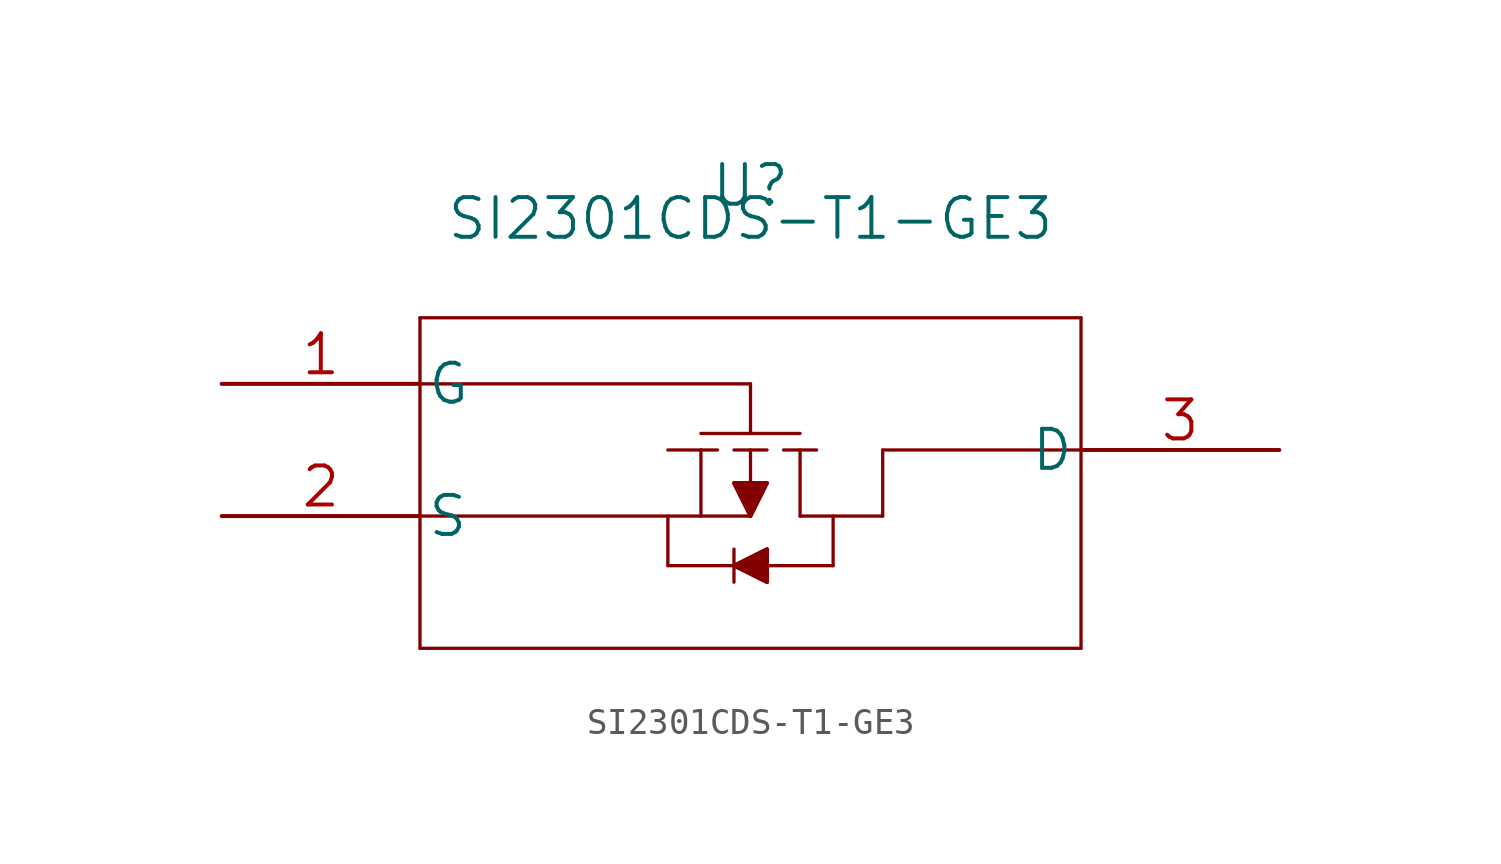
<source format=kicad_sym>
(kicad_symbol_lib
  (version 20211014)
  (generator kicad_symbol_editor)
  (symbol "SI2301CDS-T1-GE3"
    (pin_names
      (offset 0.254))
    (property "Reference" "U"
      (at 20.32 7.62 0)
      (effects (font (size 1.524 1.524))))
    (property "Value" "SI2301CDS-T1-GE3"
      (at 20.32 6.35 0)
      (effects (font (size 1.524 1.524))))
    (symbol "SI2301CDS-T1-GE3_1_1"
      (polyline (pts (xy 7.62 -10.16) (xy 33.02 -10.16)) (stroke (width 0.127) (type default) (color 0 0 0 0)) (fill (type none)))
      (polyline (pts (xy 7.62 2.54) (xy 7.62 -10.16)) (stroke (width 0.127) (type default) (color 0 0 0 0)) (fill (type none)))
      (polyline (pts (xy 17.145 -6.985) (xy 23.495 -6.985)) (stroke (width 0.127) (type default) (color 0 0 0 0)) (fill (type none)))
      (polyline (pts (xy 17.145 -5.08) (xy 17.145 -6.985)) (stroke (width 0.127) (type default) (color 0 0 0 0)) (fill (type none)))
      (polyline (pts (xy 18.415 -2.54) (xy 18.415 -5.08)) (stroke (width 0.127) (type default) (color 0 0 0 0)) (fill (type none)))
      (polyline (pts (xy 18.415 -1.905) (xy 22.225 -1.905)) (stroke (width 0.127) (type default) (color 0 0 0 0)) (fill (type none)))
      (polyline (pts (xy 19.05 -2.54) (xy 17.145 -2.54)) (stroke (width 0.127) (type default) (color 0 0 0 0)) (fill (type none)))
      (polyline (pts (xy 19.685 -6.985) (xy 20.955 -6.35)) (stroke (width 0.127) (type default) (color 0 0 0 0)) (fill (type none)))
      (polyline (pts (xy 19.685 -6.35) (xy 19.685 -7.62)) (stroke (width 0.127) (type default) (color 0 0 0 0)) (fill (type none)))
      (polyline (pts (xy 19.685 -3.81) (xy 20.955 -3.81)) (stroke (width 0.127) (type default) (color 0 0 0 0)) (fill (type none)))
      (polyline (pts (xy 19.685 -2.54) (xy 20.955 -2.54)) (stroke (width 0.127) (type default) (color 0 0 0 0)) (fill (type none)))
      (polyline (pts (xy 20.32 -5.08) (xy 7.62 -5.08)) (stroke (width 0.127) (type default) (color 0 0 0 0)) (fill (type none)))
      (polyline (pts (xy 20.32 -5.08) (xy 19.685 -3.81)) (stroke (width 0.127) (type default) (color 0 0 0 0)) (fill (type none)))
      (polyline (pts (xy 20.32 -5.08) (xy 20.955 -3.81)) (stroke (width 0.127) (type default) (color 0 0 0 0)) (fill (type none)))
      (polyline (pts (xy 20.32 -2.54) (xy 20.32 -5.08)) (stroke (width 0.127) (type default) (color 0 0 0 0)) (fill (type none)))
      (polyline (pts (xy 20.32 -1.905) (xy 20.32 0)) (stroke (width 0.127) (type default) (color 0 0 0 0)) (fill (type none)))
      (polyline (pts (xy 20.32 0) (xy 7.62 0)) (stroke (width 0.127) (type default) (color 0 0 0 0)) (fill (type none)))
      (polyline (pts (xy 20.955 -7.62) (xy 19.685 -6.985)) (stroke (width 0.127) (type default) (color 0 0 0 0)) (fill (type none)))
      (polyline (pts (xy 20.955 -6.35) (xy 20.955 -7.62)) (stroke (width 0.127) (type default) (color 0 0 0 0)) (fill (type none)))
      (polyline (pts (xy 21.59 -2.54) (xy 22.86 -2.54)) (stroke (width 0.127) (type default) (color 0 0 0 0)) (fill (type none)))
      (polyline (pts (xy 22.225 -5.08) (xy 25.4 -5.08)) (stroke (width 0.127) (type default) (color 0 0 0 0)) (fill (type none)))
      (polyline (pts (xy 22.225 -2.54) (xy 22.225 -5.08)) (stroke (width 0.127) (type default) (color 0 0 0 0)) (fill (type none)))
      (polyline (pts (xy 23.495 -5.08) (xy 23.495 -6.985)) (stroke (width 0.127) (type default) (color 0 0 0 0)) (fill (type none)))
      (polyline (pts (xy 25.4 -5.08) (xy 25.4 -2.54)) (stroke (width 0.127) (type default) (color 0 0 0 0)) (fill (type none)))
      (polyline (pts (xy 25.4 -2.54) (xy 33.02 -2.54)) (stroke (width 0.127) (type default) (color 0 0 0 0)) (fill (type none)))
      (polyline (pts (xy 33.02 -10.16) (xy 33.02 2.54)) (stroke (width 0.127) (type default) (color 0 0 0 0)) (fill (type none)))
      (polyline (pts (xy 33.02 2.54) (xy 7.62 2.54)) (stroke (width 0.127) (type default) (color 0 0 0 0)) (fill (type none)))
      (polyline (pts (xy 19.685 -6.985) (xy 20.955 -6.35) (xy 20.955 -7.62) (xy 19.685 -6.985)) (stroke (width 0) (type default) (color 0 0 0 0)) (fill (type outline)))
      (polyline (pts (xy 19.685 -3.81) (xy 20.955 -3.81) (xy 20.32 -5.08) (xy 19.685 -3.81)) (stroke (width 0) (type default) (color 0 0 0 0)) (fill (type outline)))
      (pin unspecified line (at 0 0 0) (length 7.62) (name "G" (effects (font (size 1.499 1.499)))) (number "1" (effects (font (size 1.499 1.499)))))
      (pin unspecified line (at 0 -5.08 0) (length 7.62) (name "S" (effects (font (size 1.499 1.499)))) (number "2" (effects (font (size 1.499 1.499)))))
      (pin unspecified line (at 40.64 -2.54 180) (length 7.62) (name "D" (effects (font (size 1.499 1.499)))) (number "3" (effects (font (size 1.499 1.499))))))))
</source>
